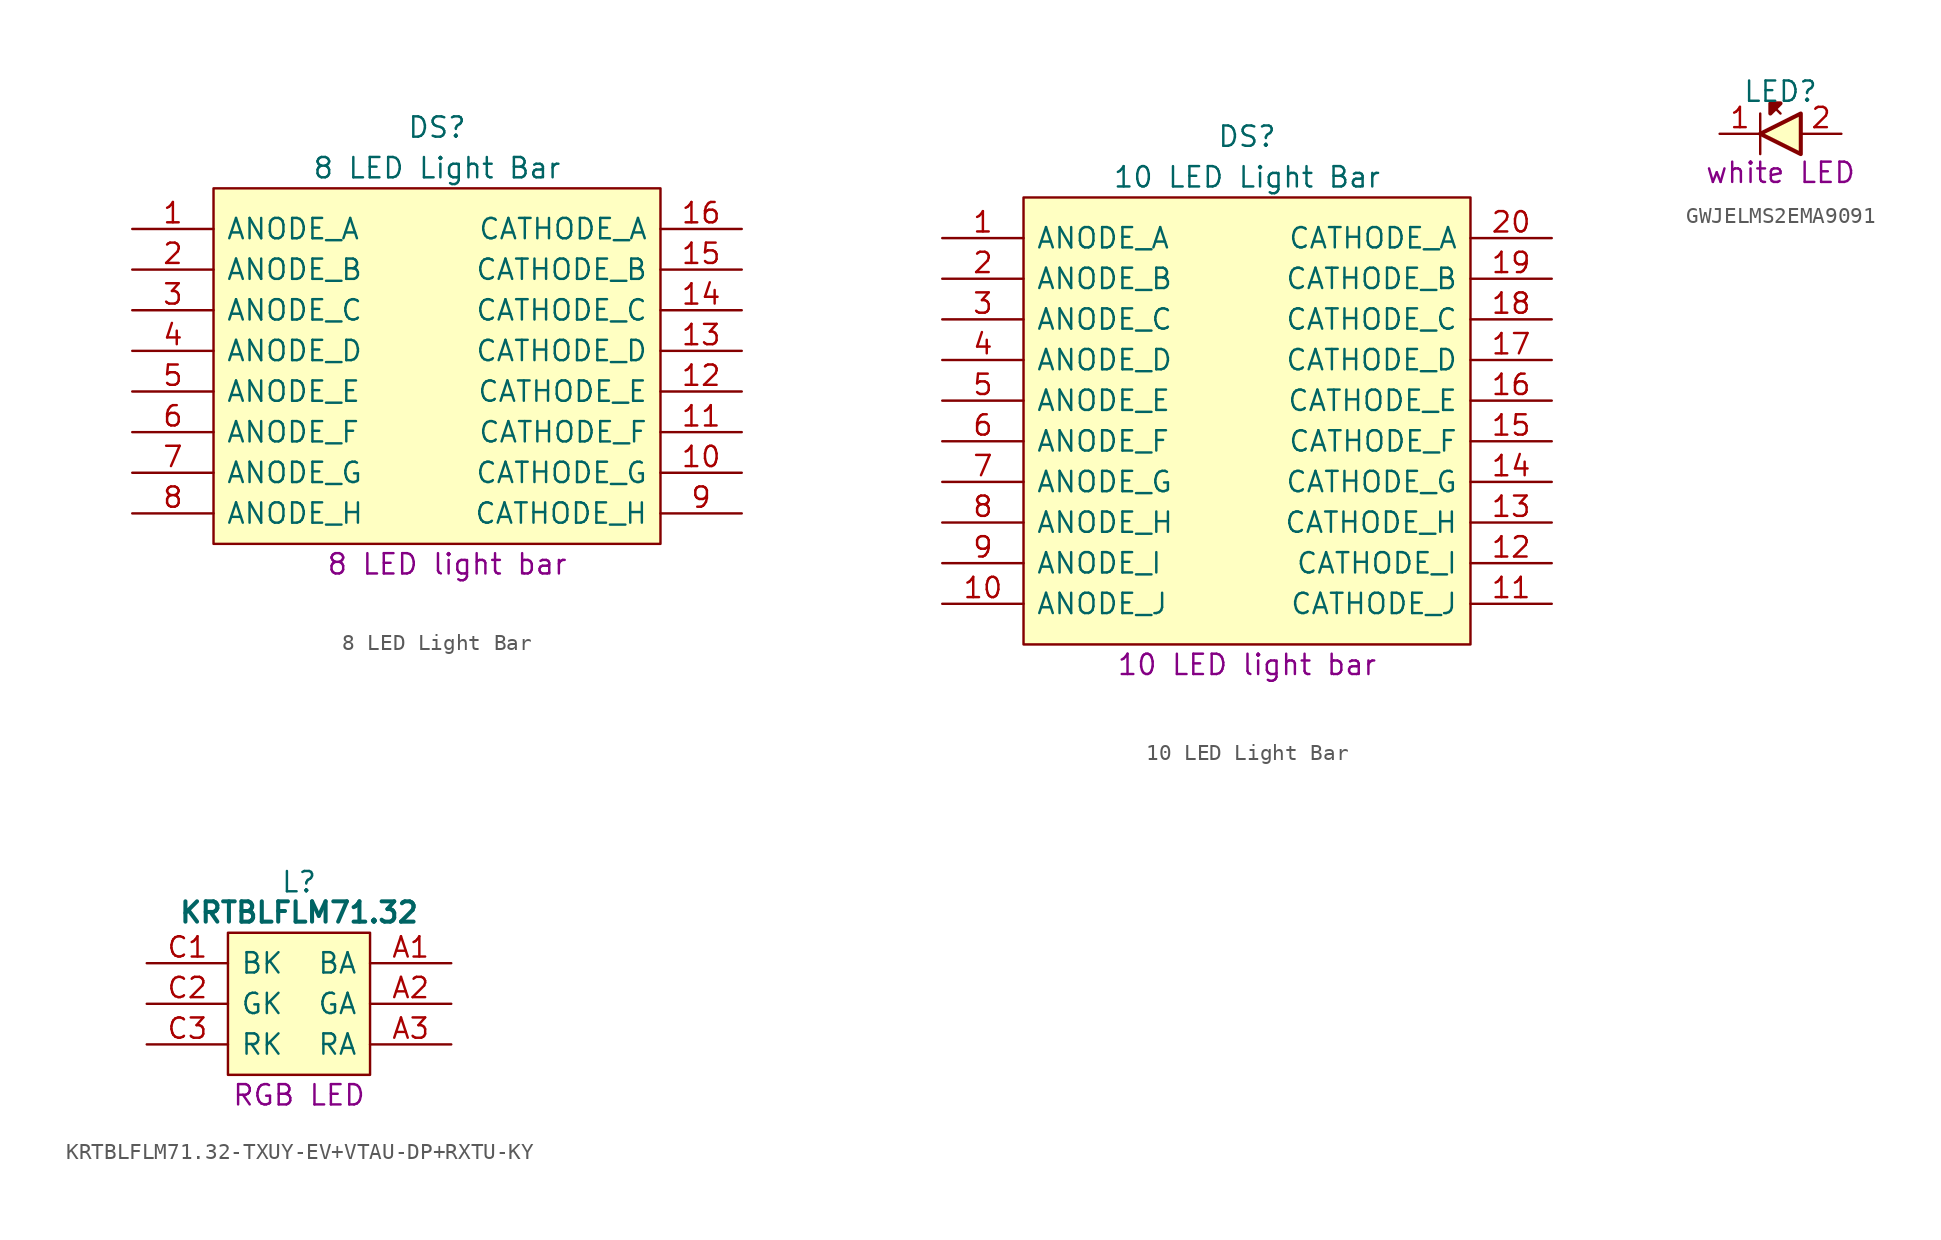
<source format=kicad_sym>
(kicad_symbol_lib
  (version 20231120)
  (generator "kicad_symbol_editor")
  (generator_version "8.0")
  (symbol "8 LED Light Bar"
    (pin_names
      (offset 0.762))
    (property "Reference" "DS"
      (at 19.05 6.35 0)
      (effects (font (size 1.27 1.27))))
    (property "Value" "8 LED Light Bar"
      (at 19.05 3.81 0)
      (effects (font (size 1.27 1.27))))
    (property "Description" "8 LED light bar"
      (at 19.685 -20.955 0)
      (effects (font (size 1.27 1.27))))
    (symbol "8 LED Light Bar_0_0"
      (pin passive line (at 0 0 0) (length 5.08) (name "ANODE_A" (effects (font (size 1.27 1.27)))) (number "1" (effects (font (size 1.27 1.27)))))
      (pin passive line (at 38.1 -15.24 180) (length 5.08) (name "CATHODE_G" (effects (font (size 1.27 1.27)))) (number "10" (effects (font (size 1.27 1.27)))))
      (pin passive line (at 38.1 -12.7 180) (length 5.08) (name "CATHODE_F" (effects (font (size 1.27 1.27)))) (number "11" (effects (font (size 1.27 1.27)))))
      (pin passive line (at 38.1 -10.16 180) (length 5.08) (name "CATHODE_E" (effects (font (size 1.27 1.27)))) (number "12" (effects (font (size 1.27 1.27)))))
      (pin passive line (at 38.1 -7.62 180) (length 5.08) (name "CATHODE_D" (effects (font (size 1.27 1.27)))) (number "13" (effects (font (size 1.27 1.27)))))
      (pin passive line (at 38.1 -5.08 180) (length 5.08) (name "CATHODE_C" (effects (font (size 1.27 1.27)))) (number "14" (effects (font (size 1.27 1.27)))))
      (pin passive line (at 38.1 -2.54 180) (length 5.08) (name "CATHODE_B" (effects (font (size 1.27 1.27)))) (number "15" (effects (font (size 1.27 1.27)))))
      (pin passive line (at 38.1 0 180) (length 5.08) (name "CATHODE_A" (effects (font (size 1.27 1.27)))) (number "16" (effects (font (size 1.27 1.27)))))
      (pin passive line (at 0 -2.54 0) (length 5.08) (name "ANODE_B" (effects (font (size 1.27 1.27)))) (number "2" (effects (font (size 1.27 1.27)))))
      (pin passive line (at 0 -5.08 0) (length 5.08) (name "ANODE_C" (effects (font (size 1.27 1.27)))) (number "3" (effects (font (size 1.27 1.27)))))
      (pin passive line (at 0 -7.62 0) (length 5.08) (name "ANODE_D" (effects (font (size 1.27 1.27)))) (number "4" (effects (font (size 1.27 1.27)))))
      (pin passive line (at 0 -10.16 0) (length 5.08) (name "ANODE_E" (effects (font (size 1.27 1.27)))) (number "5" (effects (font (size 1.27 1.27)))))
      (pin passive line (at 0 -12.7 0) (length 5.08) (name "ANODE_F" (effects (font (size 1.27 1.27)))) (number "6" (effects (font (size 1.27 1.27)))))
      (pin passive line (at 0 -15.24 0) (length 5.08) (name "ANODE_G" (effects (font (size 1.27 1.27)))) (number "7" (effects (font (size 1.27 1.27)))))
      (pin passive line (at 0 -17.78 0) (length 5.08) (name "ANODE_H" (effects (font (size 1.27 1.27)))) (number "8" (effects (font (size 1.27 1.27)))))
      (pin passive line (at 38.1 -17.78 180) (length 5.08) (name "CATHODE_H" (effects (font (size 1.27 1.27)))) (number "9" (effects (font (size 1.27 1.27))))))
    (symbol "8 LED Light Bar_0_1"
      (polyline (pts (xy 5.08 2.54) (xy 33.02 2.54) (xy 33.02 -19.685) (xy 5.08 -19.685) (xy 5.08 2.54)) (stroke (width 0.152) (type default)) (fill (type background)))))
  (symbol "10 LED Light Bar"
    (pin_names
      (offset 0.762))
    (property "Reference" "DS"
      (at 19.05 6.35 0)
      (effects (font (size 1.27 1.27))))
    (property "Value" "10 LED Light Bar"
      (at 19.05 3.81 0)
      (effects (font (size 1.27 1.27))))
    (property "Description" "10 LED light bar"
      (at 19.05 -26.67 0)
      (effects (font (size 1.27 1.27))))
    (symbol "10 LED Light Bar_0_0"
      (pin passive line (at 0 0 0) (length 5.08) (name "ANODE_A" (effects (font (size 1.27 1.27)))) (number "1" (effects (font (size 1.27 1.27)))))
      (pin passive line (at 0 -22.86 0) (length 5.08) (name "ANODE_J" (effects (font (size 1.27 1.27)))) (number "10" (effects (font (size 1.27 1.27)))))
      (pin passive line (at 38.1 -22.86 180) (length 5.08) (name "CATHODE_J" (effects (font (size 1.27 1.27)))) (number "11" (effects (font (size 1.27 1.27)))))
      (pin passive line (at 38.1 -20.32 180) (length 5.08) (name "CATHODE_I" (effects (font (size 1.27 1.27)))) (number "12" (effects (font (size 1.27 1.27)))))
      (pin passive line (at 38.1 -17.78 180) (length 5.08) (name "CATHODE_H" (effects (font (size 1.27 1.27)))) (number "13" (effects (font (size 1.27 1.27)))))
      (pin passive line (at 38.1 -15.24 180) (length 5.08) (name "CATHODE_G" (effects (font (size 1.27 1.27)))) (number "14" (effects (font (size 1.27 1.27)))))
      (pin passive line (at 38.1 -12.7 180) (length 5.08) (name "CATHODE_F" (effects (font (size 1.27 1.27)))) (number "15" (effects (font (size 1.27 1.27)))))
      (pin passive line (at 38.1 -10.16 180) (length 5.08) (name "CATHODE_E" (effects (font (size 1.27 1.27)))) (number "16" (effects (font (size 1.27 1.27)))))
      (pin passive line (at 38.1 -7.62 180) (length 5.08) (name "CATHODE_D" (effects (font (size 1.27 1.27)))) (number "17" (effects (font (size 1.27 1.27)))))
      (pin passive line (at 38.1 -5.08 180) (length 5.08) (name "CATHODE_C" (effects (font (size 1.27 1.27)))) (number "18" (effects (font (size 1.27 1.27)))))
      (pin passive line (at 38.1 -2.54 180) (length 5.08) (name "CATHODE_B" (effects (font (size 1.27 1.27)))) (number "19" (effects (font (size 1.27 1.27)))))
      (pin passive line (at 0 -2.54 0) (length 5.08) (name "ANODE_B" (effects (font (size 1.27 1.27)))) (number "2" (effects (font (size 1.27 1.27)))))
      (pin passive line (at 38.1 0 180) (length 5.08) (name "CATHODE_A" (effects (font (size 1.27 1.27)))) (number "20" (effects (font (size 1.27 1.27)))))
      (pin passive line (at 0 -5.08 0) (length 5.08) (name "ANODE_C" (effects (font (size 1.27 1.27)))) (number "3" (effects (font (size 1.27 1.27)))))
      (pin passive line (at 0 -7.62 0) (length 5.08) (name "ANODE_D" (effects (font (size 1.27 1.27)))) (number "4" (effects (font (size 1.27 1.27)))))
      (pin passive line (at 0 -10.16 0) (length 5.08) (name "ANODE_E" (effects (font (size 1.27 1.27)))) (number "5" (effects (font (size 1.27 1.27)))))
      (pin passive line (at 0 -12.7 0) (length 5.08) (name "ANODE_F" (effects (font (size 1.27 1.27)))) (number "6" (effects (font (size 1.27 1.27)))))
      (pin passive line (at 0 -15.24 0) (length 5.08) (name "ANODE_G" (effects (font (size 1.27 1.27)))) (number "7" (effects (font (size 1.27 1.27)))))
      (pin passive line (at 0 -17.78 0) (length 5.08) (name "ANODE_H" (effects (font (size 1.27 1.27)))) (number "8" (effects (font (size 1.27 1.27)))))
      (pin passive line (at 0 -20.32 0) (length 5.08) (name "ANODE_I" (effects (font (size 1.27 1.27)))) (number "9" (effects (font (size 1.27 1.27))))))
    (symbol "10 LED Light Bar_0_1"
      (polyline (pts (xy 5.08 2.54) (xy 33.02 2.54) (xy 33.02 -25.4) (xy 5.08 -25.4) (xy 5.08 2.54)) (stroke (width 0.152) (type default)) (fill (type background)))))
  (symbol "GWJELMS2EMA9091"
    (pin_names
      (offset 0.762))
    (property "Reference" "LED"
      (at 3.81 1.905 0)
      (effects (font (size 1.27 1.27)) (justify bottom)))
    (property "Description" "white LED"
      (at 3.81 -3.175 0)
      (effects (font (size 1.27 1.27)) (justify bottom)))
    (symbol "GWJELMS2EMA9091_0_0"
      (pin passive line (at 0 0 0) (length 2.54) (name "~" (effects (font (size 1.27 1.27)))) (number "1" (effects (font (size 1.27 1.27)))))
      (pin passive line (at 7.62 0 180) (length 2.54) (name "~" (effects (font (size 1.27 1.27)))) (number "2" (effects (font (size 1.27 1.27))))))
    (symbol "GWJELMS2EMA9091_0_1"
      (polyline (pts (xy 2.54 1.27) (xy 2.54 -1.27)) (stroke (width 0.152) (type default)) (fill (type none)))
      (polyline (pts (xy 3.81 1.27) (xy 3.175 1.905)) (stroke (width 0.152) (type default)) (fill (type none)))
      (polyline (pts (xy 2.54 0) (xy 5.08 1.27) (xy 5.08 -1.27) (xy 2.54 0)) (stroke (width 0.254) (type default)) (fill (type background)))
      (polyline (pts (xy 3.81 1.905) (xy 3.175 1.27) (xy 3.175 1.905) (xy 3.81 1.905)) (stroke (width 0.254) (type default)) (fill (type outline)))))
  (symbol "KRTBLFLM71.32-TXUY-EV+VTAU-DP+RXTU-KY"
    (pin_names
      (offset 0.762))
    (property "Reference" "L"
      (at 9.525 5.08 0)
      (effects (font (size 1.27 1.27))))
    (property "Value" "KRTBLFLM71.32"
      (at 9.525 3.175 0)
      (effects (font (size 1.27 1.27) (bold yes))))
    (property "Description" "RGB LED"
      (at 9.525 -8.255 0)
      (effects (font (size 1.27 1.27))))
    (symbol "KRTBLFLM71.32-TXUY-EV+VTAU-DP+RXTU-KY_0_1"
      (polyline (pts (xy 5.08 1.905) (xy 13.97 1.905) (xy 13.97 -6.985) (xy 5.08 -6.985) (xy 5.08 1.905)) (stroke (width 0.152) (type default)) (fill (type background))))
    (symbol "KRTBLFLM71.32-TXUY-EV+VTAU-DP+RXTU-KY_1_0"
      (pin passive line (at 19.05 0 180) (length 5.08) (name "BA" (effects (font (size 1.27 1.27)))) (number "A1" (effects (font (size 1.27 1.27)))))
      (pin passive line (at 19.05 -2.54 180) (length 5.08) (name "GA" (effects (font (size 1.27 1.27)))) (number "A2" (effects (font (size 1.27 1.27)))))
      (pin passive line (at 19.05 -5.08 180) (length 5.08) (name "RA" (effects (font (size 1.27 1.27)))) (number "A3" (effects (font (size 1.27 1.27)))))
      (pin passive line (at 0 0 0) (length 5.08) (name "BK" (effects (font (size 1.27 1.27)))) (number "C1" (effects (font (size 1.27 1.27)))))
      (pin passive line (at 0 -2.54 0) (length 5.08) (name "GK" (effects (font (size 1.27 1.27)))) (number "C2" (effects (font (size 1.27 1.27)))))
      (pin passive line (at 0 -5.08 0) (length 5.08) (name "RK" (effects (font (size 1.27 1.27)))) (number "C3" (effects (font (size 1.27 1.27))))))))
</source>
